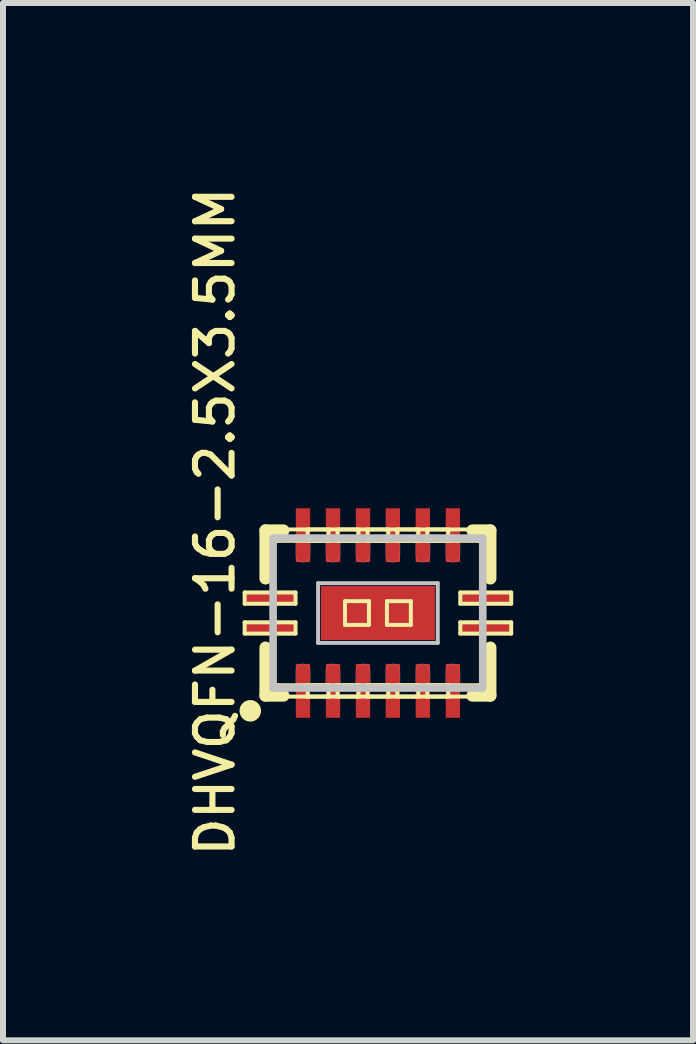
<source format=kicad_pcb>
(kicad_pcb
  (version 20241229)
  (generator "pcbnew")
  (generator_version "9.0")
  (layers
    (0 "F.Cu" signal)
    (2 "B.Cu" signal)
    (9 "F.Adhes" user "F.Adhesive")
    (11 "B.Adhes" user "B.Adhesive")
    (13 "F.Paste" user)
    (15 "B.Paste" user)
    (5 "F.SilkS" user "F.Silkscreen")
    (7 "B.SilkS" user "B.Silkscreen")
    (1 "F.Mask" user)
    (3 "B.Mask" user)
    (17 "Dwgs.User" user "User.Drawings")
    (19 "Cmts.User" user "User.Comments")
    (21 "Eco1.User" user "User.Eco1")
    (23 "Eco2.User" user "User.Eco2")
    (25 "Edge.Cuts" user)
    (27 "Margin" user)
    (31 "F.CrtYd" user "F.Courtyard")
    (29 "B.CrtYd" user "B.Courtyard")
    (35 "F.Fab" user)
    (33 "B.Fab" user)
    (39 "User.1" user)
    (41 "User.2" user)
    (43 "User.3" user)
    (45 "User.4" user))
  (footprint "DHVQFN-16-2.5X3.5MM"
    (layer "F.Cu")
    (at 3.253 7.174)
    (property "Reference" "DHVQFN-16-2.5X3.5MM" (at -2.718 -1.524 90) (layer "F.SilkS") (effects (font (size 0.61 0.61) (thickness 0.102))))
    (attr smd)
    (fp_line (start -2.223 -0.343) (end -1.374 -0.343) (stroke (width 0.066) (type solid)) (layer "F.SilkS"))
    (fp_line (start -2.223 -0.155) (end -2.223 -0.343) (stroke (width 0.066) (type solid)) (layer "F.SilkS"))
    (fp_line (start -2.223 -0.155) (end -1.374 -0.155) (stroke (width 0.066) (type solid)) (layer "F.SilkS"))
    (fp_line (start -2.223 0.155) (end -1.374 0.155) (stroke (width 0.066) (type solid)) (layer "F.SilkS"))
    (fp_line (start -2.223 0.343) (end -2.223 0.155) (stroke (width 0.066) (type solid)) (layer "F.SilkS"))
    (fp_line (start -2.223 0.343) (end -1.374 0.343) (stroke (width 0.066) (type solid)) (layer "F.SilkS"))
    (fp_line (start -1.875 -1.377) (end -1.875 -0.577) (stroke (width 0.203) (type solid)) (layer "F.SilkS"))
    (fp_line (start -1.875 0.577) (end -1.875 1.377) (stroke (width 0.203) (type solid)) (layer "F.SilkS"))
    (fp_line (start -1.875 1.377) (end -1.577 1.377) (stroke (width 0.203) (type solid)) (layer "F.SilkS"))
    (fp_line (start -1.674 -1.394) (end -0.823 -1.394) (stroke (width 0.066) (type solid)) (layer "F.SilkS"))
    (fp_line (start -1.674 -1.204) (end -1.674 -1.394) (stroke (width 0.066) (type solid)) (layer "F.SilkS"))
    (fp_line (start -1.674 -1.204) (end -0.823 -1.204) (stroke (width 0.066) (type solid)) (layer "F.SilkS"))
    (fp_line (start -1.674 1.204) (end -0.823 1.204) (stroke (width 0.066) (type solid)) (layer "F.SilkS"))
    (fp_line (start -1.674 1.394) (end -1.674 1.204) (stroke (width 0.066) (type solid)) (layer "F.SilkS"))
    (fp_line (start -1.674 1.394) (end -0.823 1.394) (stroke (width 0.066) (type solid)) (layer "F.SilkS"))
    (fp_line (start -1.577 -1.377) (end -1.875 -1.377) (stroke (width 0.203) (type solid)) (layer "F.SilkS"))
    (fp_line (start -1.374 -0.155) (end -1.374 -0.343) (stroke (width 0.066) (type solid)) (layer "F.SilkS"))
    (fp_line (start -1.374 0.343) (end -1.374 0.155) (stroke (width 0.066) (type solid)) (layer "F.SilkS"))
    (fp_line (start -1.173 -1.394) (end -0.323 -1.394) (stroke (width 0.066) (type solid)) (layer "F.SilkS"))
    (fp_line (start -1.173 -1.204) (end -1.173 -1.394) (stroke (width 0.066) (type solid)) (layer "F.SilkS"))
    (fp_line (start -1.173 -1.204) (end -0.323 -1.204) (stroke (width 0.066) (type solid)) (layer "F.SilkS"))
    (fp_line (start -1.173 1.204) (end -0.323 1.204) (stroke (width 0.066) (type solid)) (layer "F.SilkS"))
    (fp_line (start -1.173 1.394) (end -1.173 1.204) (stroke (width 0.066) (type solid)) (layer "F.SilkS"))
    (fp_line (start -1.173 1.394) (end -0.323 1.394) (stroke (width 0.066) (type solid)) (layer "F.SilkS"))
    (fp_line (start -0.823 -1.204) (end -0.823 -1.394) (stroke (width 0.066) (type solid)) (layer "F.SilkS"))
    (fp_line (start -0.823 1.394) (end -0.823 1.204) (stroke (width 0.066) (type solid)) (layer "F.SilkS"))
    (fp_line (start -0.673 -1.394) (end 0.173 -1.394) (stroke (width 0.066) (type solid)) (layer "F.SilkS"))
    (fp_line (start -0.673 -1.204) (end -0.673 -1.394) (stroke (width 0.066) (type solid)) (layer "F.SilkS"))
    (fp_line (start -0.673 -1.204) (end 0.173 -1.204) (stroke (width 0.066) (type solid)) (layer "F.SilkS"))
    (fp_line (start -0.673 1.204) (end 0.173 1.204) (stroke (width 0.066) (type solid)) (layer "F.SilkS"))
    (fp_line (start -0.673 1.394) (end -0.673 1.204) (stroke (width 0.066) (type solid)) (layer "F.SilkS"))
    (fp_line (start -0.673 1.394) (end 0.173 1.394) (stroke (width 0.066) (type solid)) (layer "F.SilkS"))
    (fp_line (start -0.549 -0.198) (end -0.15 -0.198) (stroke (width 0.066) (type solid)) (layer "F.SilkS"))
    (fp_line (start -0.549 0.198) (end -0.549 -0.198) (stroke (width 0.066) (type solid)) (layer "F.SilkS"))
    (fp_line (start -0.549 0.198) (end -0.15 0.198) (stroke (width 0.066) (type solid)) (layer "F.SilkS"))
    (fp_line (start -0.323 -1.204) (end -0.323 -1.394) (stroke (width 0.066) (type solid)) (layer "F.SilkS"))
    (fp_line (start -0.323 1.394) (end -0.323 1.204) (stroke (width 0.066) (type solid)) (layer "F.SilkS"))
    (fp_line (start -0.173 -1.394) (end 0.673 -1.394) (stroke (width 0.066) (type solid)) (layer "F.SilkS"))
    (fp_line (start -0.173 -1.204) (end -0.173 -1.394) (stroke (width 0.066) (type solid)) (layer "F.SilkS"))
    (fp_line (start -0.173 -1.204) (end 0.673 -1.204) (stroke (width 0.066) (type solid)) (layer "F.SilkS"))
    (fp_line (start -0.173 1.204) (end 0.673 1.204) (stroke (width 0.066) (type solid)) (layer "F.SilkS"))
    (fp_line (start -0.173 1.394) (end -0.173 1.204) (stroke (width 0.066) (type solid)) (layer "F.SilkS"))
    (fp_line (start -0.173 1.394) (end 0.673 1.394) (stroke (width 0.066) (type solid)) (layer "F.SilkS"))
    (fp_line (start -0.15 0.198) (end -0.15 -0.198) (stroke (width 0.066) (type solid)) (layer "F.SilkS"))
    (fp_line (start 0.15 -0.198) (end 0.549 -0.198) (stroke (width 0.066) (type solid)) (layer "F.SilkS"))
    (fp_line (start 0.15 0.198) (end 0.15 -0.198) (stroke (width 0.066) (type solid)) (layer "F.SilkS"))
    (fp_line (start 0.15 0.198) (end 0.549 0.198) (stroke (width 0.066) (type solid)) (layer "F.SilkS"))
    (fp_line (start 0.173 -1.204) (end 0.173 -1.394) (stroke (width 0.066) (type solid)) (layer "F.SilkS"))
    (fp_line (start 0.173 1.394) (end 0.173 1.204) (stroke (width 0.066) (type solid)) (layer "F.SilkS"))
    (fp_line (start 0.323 -1.394) (end 1.173 -1.394) (stroke (width 0.066) (type solid)) (layer "F.SilkS"))
    (fp_line (start 0.323 -1.204) (end 0.323 -1.394) (stroke (width 0.066) (type solid)) (layer "F.SilkS"))
    (fp_line (start 0.323 -1.204) (end 1.173 -1.204) (stroke (width 0.066) (type solid)) (layer "F.SilkS"))
    (fp_line (start 0.323 1.204) (end 1.173 1.204) (stroke (width 0.066) (type solid)) (layer "F.SilkS"))
    (fp_line (start 0.323 1.394) (end 0.323 1.204) (stroke (width 0.066) (type solid)) (layer "F.SilkS"))
    (fp_line (start 0.323 1.394) (end 1.173 1.394) (stroke (width 0.066) (type solid)) (layer "F.SilkS"))
    (fp_line (start 0.549 0.198) (end 0.549 -0.198) (stroke (width 0.066) (type solid)) (layer "F.SilkS"))
    (fp_line (start 0.673 -1.204) (end 0.673 -1.394) (stroke (width 0.066) (type solid)) (layer "F.SilkS"))
    (fp_line (start 0.673 1.394) (end 0.673 1.204) (stroke (width 0.066) (type solid)) (layer "F.SilkS"))
    (fp_line (start 0.823 -1.394) (end 1.674 -1.394) (stroke (width 0.066) (type solid)) (layer "F.SilkS"))
    (fp_line (start 0.823 -1.204) (end 0.823 -1.394) (stroke (width 0.066) (type solid)) (layer "F.SilkS"))
    (fp_line (start 0.823 -1.204) (end 1.674 -1.204) (stroke (width 0.066) (type solid)) (layer "F.SilkS"))
    (fp_line (start 0.823 1.204) (end 1.674 1.204) (stroke (width 0.066) (type solid)) (layer "F.SilkS"))
    (fp_line (start 0.823 1.394) (end 0.823 1.204) (stroke (width 0.066) (type solid)) (layer "F.SilkS"))
    (fp_line (start 0.823 1.394) (end 1.674 1.394) (stroke (width 0.066) (type solid)) (layer "F.SilkS"))
    (fp_line (start 1.173 -1.204) (end 1.173 -1.394) (stroke (width 0.066) (type solid)) (layer "F.SilkS"))
    (fp_line (start 1.173 1.394) (end 1.173 1.204) (stroke (width 0.066) (type solid)) (layer "F.SilkS"))
    (fp_line (start 1.374 -0.343) (end 2.223 -0.343) (stroke (width 0.066) (type solid)) (layer "F.SilkS"))
    (fp_line (start 1.374 -0.155) (end 1.374 -0.343) (stroke (width 0.066) (type solid)) (layer "F.SilkS"))
    (fp_line (start 1.374 -0.155) (end 2.223 -0.155) (stroke (width 0.066) (type solid)) (layer "F.SilkS"))
    (fp_line (start 1.374 0.155) (end 2.223 0.155) (stroke (width 0.066) (type solid)) (layer "F.SilkS"))
    (fp_line (start 1.374 0.343) (end 1.374 0.155) (stroke (width 0.066) (type solid)) (layer "F.SilkS"))
    (fp_line (start 1.374 0.343) (end 2.223 0.343) (stroke (width 0.066) (type solid)) (layer "F.SilkS"))
    (fp_line (start 1.577 1.377) (end 1.875 1.377) (stroke (width 0.203) (type solid)) (layer "F.SilkS"))
    (fp_line (start 1.674 -1.204) (end 1.674 -1.394) (stroke (width 0.066) (type solid)) (layer "F.SilkS"))
    (fp_line (start 1.674 1.394) (end 1.674 1.204) (stroke (width 0.066) (type solid)) (layer "F.SilkS"))
    (fp_line (start 1.875 -1.377) (end 1.577 -1.377) (stroke (width 0.203) (type solid)) (layer "F.SilkS"))
    (fp_line (start 1.875 -0.577) (end 1.875 -1.377) (stroke (width 0.203) (type solid)) (layer "F.SilkS"))
    (fp_line (start 1.875 1.377) (end 1.875 0.577) (stroke (width 0.203) (type solid)) (layer "F.SilkS"))
    (fp_line (start 2.223 -0.155) (end 2.223 -0.343) (stroke (width 0.066) (type solid)) (layer "F.SilkS"))
    (fp_line (start 2.223 0.343) (end 2.223 0.155) (stroke (width 0.066) (type solid)) (layer "F.SilkS"))
    (fp_circle (center -2.129 1.631) (end -2.256 1.758) (stroke (width 0) (type solid)) (fill yes) (layer "F.SilkS"))
    (fp_line (start -1.748 -1.25) (end -1.748 1.25) (stroke (width 0.127) (type solid)) (layer "Dwgs.User"))
    (fp_line (start -1.748 -0.368) (end -1.468 -0.368) (stroke (width 0.003) (type solid)) (layer "Dwgs.User"))
    (fp_line (start -1.748 -0.13) (end -1.748 -0.368) (stroke (width 0.003) (type solid)) (layer "Dwgs.User"))
    (fp_line (start -1.748 0.13) (end -1.468 0.13) (stroke (width 0.003) (type solid)) (layer "Dwgs.User"))
    (fp_line (start -1.748 0.368) (end -1.748 0.13) (stroke (width 0.003) (type solid)) (layer "Dwgs.User"))
    (fp_line (start -1.748 1.25) (end 1.748 1.25) (stroke (width 0.127) (type solid)) (layer "Dwgs.User"))
    (fp_line (start -1.468 -0.368) (end -1.433 -0.363) (stroke (width 0.003) (type solid)) (layer "Dwgs.User"))
    (fp_line (start -1.468 -0.13) (end -1.748 -0.13) (stroke (width 0.003) (type solid)) (layer "Dwgs.User"))
    (fp_line (start -1.468 0.13) (end -1.433 0.135) (stroke (width 0.003) (type solid)) (layer "Dwgs.User"))
    (fp_line (start -1.468 0.368) (end -1.748 0.368) (stroke (width 0.003) (type solid)) (layer "Dwgs.User"))
    (fp_line (start -1.433 -0.363) (end -1.397 -0.345) (stroke (width 0.003) (type solid)) (layer "Dwgs.User"))
    (fp_line (start -1.433 -0.135) (end -1.468 -0.13) (stroke (width 0.003) (type solid)) (layer "Dwgs.User"))
    (fp_line (start -1.433 0.135) (end -1.397 0.152) (stroke (width 0.003) (type solid)) (layer "Dwgs.User"))
    (fp_line (start -1.433 0.363) (end -1.468 0.368) (stroke (width 0.003) (type solid)) (layer "Dwgs.User"))
    (fp_line (start -1.397 -0.345) (end -1.372 -0.32) (stroke (width 0.003) (type solid)) (layer "Dwgs.User"))
    (fp_line (start -1.397 -0.152) (end -1.433 -0.135) (stroke (width 0.003) (type solid)) (layer "Dwgs.User"))
    (fp_line (start -1.397 0.152) (end -1.372 0.178) (stroke (width 0.003) (type solid)) (layer "Dwgs.User"))
    (fp_line (start -1.397 0.345) (end -1.433 0.363) (stroke (width 0.003) (type solid)) (layer "Dwgs.User"))
    (fp_line (start -1.372 -0.32) (end -1.354 -0.287) (stroke (width 0.003) (type solid)) (layer "Dwgs.User"))
    (fp_line (start -1.372 -0.178) (end -1.397 -0.152) (stroke (width 0.003) (type solid)) (layer "Dwgs.User"))
    (fp_line (start -1.372 0.178) (end -1.354 0.211) (stroke (width 0.003) (type solid)) (layer "Dwgs.User"))
    (fp_line (start -1.372 0.32) (end -1.397 0.345) (stroke (width 0.003) (type solid)) (layer "Dwgs.User"))
    (fp_line (start -1.369 -1.25) (end -1.128 -1.25) (stroke (width 0.003) (type solid)) (layer "Dwgs.User"))
    (fp_line (start -1.369 -0.968) (end -1.369 -1.25) (stroke (width 0.003) (type solid)) (layer "Dwgs.User"))
    (fp_line (start -1.369 0.968) (end -1.364 0.932) (stroke (width 0.003) (type solid)) (layer "Dwgs.User"))
    (fp_line (start -1.369 1.25) (end -1.369 0.968) (stroke (width 0.003) (type solid)) (layer "Dwgs.User"))
    (fp_line (start -1.364 -0.932) (end -1.369 -0.968) (stroke (width 0.003) (type solid)) (layer "Dwgs.User"))
    (fp_line (start -1.364 0.932) (end -1.346 0.899) (stroke (width 0.003) (type solid)) (layer "Dwgs.User"))
    (fp_line (start -1.354 -0.287) (end -1.349 -0.249) (stroke (width 0.003) (type solid)) (layer "Dwgs.User"))
    (fp_line (start -1.354 -0.211) (end -1.372 -0.178) (stroke (width 0.003) (type solid)) (layer "Dwgs.User"))
    (fp_line (start -1.354 0.211) (end -1.349 0.249) (stroke (width 0.003) (type solid)) (layer "Dwgs.User"))
    (fp_line (start -1.354 0.287) (end -1.372 0.32) (stroke (width 0.003) (type solid)) (layer "Dwgs.User"))
    (fp_line (start -1.349 -0.249) (end -1.354 -0.211) (stroke (width 0.003) (type solid)) (layer "Dwgs.User"))
    (fp_line (start -1.349 0.249) (end -1.354 0.287) (stroke (width 0.003) (type solid)) (layer "Dwgs.User"))
    (fp_line (start -1.346 -0.899) (end -1.364 -0.932) (stroke (width 0.003) (type solid)) (layer "Dwgs.User"))
    (fp_line (start -1.346 0.899) (end -1.318 0.871) (stroke (width 0.003) (type solid)) (layer "Dwgs.User"))
    (fp_line (start -1.318 -0.871) (end -1.346 -0.899) (stroke (width 0.003) (type solid)) (layer "Dwgs.User"))
    (fp_line (start -1.318 0.871) (end -1.285 0.853) (stroke (width 0.003) (type solid)) (layer "Dwgs.User"))
    (fp_line (start -1.285 -0.853) (end -1.318 -0.871) (stroke (width 0.003) (type solid)) (layer "Dwgs.User"))
    (fp_line (start -1.285 0.853) (end -1.25 0.848) (stroke (width 0.003) (type solid)) (layer "Dwgs.User"))
    (fp_line (start -1.25 -0.848) (end -1.285 -0.853) (stroke (width 0.003) (type solid)) (layer "Dwgs.User"))
    (fp_line (start -1.25 0.848) (end -1.212 0.853) (stroke (width 0.003) (type solid)) (layer "Dwgs.User"))
    (fp_line (start -1.212 -0.853) (end -1.25 -0.848) (stroke (width 0.003) (type solid)) (layer "Dwgs.User"))
    (fp_line (start -1.212 0.853) (end -1.179 0.871) (stroke (width 0.003) (type solid)) (layer "Dwgs.User"))
    (fp_line (start -1.179 -0.871) (end -1.212 -0.853) (stroke (width 0.003) (type solid)) (layer "Dwgs.User"))
    (fp_line (start -1.179 0.871) (end -1.151 0.899) (stroke (width 0.003) (type solid)) (layer "Dwgs.User"))
    (fp_line (start -1.151 -0.899) (end -1.179 -0.871) (stroke (width 0.003) (type solid)) (layer "Dwgs.User"))
    (fp_line (start -1.151 0.899) (end -1.135 0.932) (stroke (width 0.003) (type solid)) (layer "Dwgs.User"))
    (fp_line (start -1.135 -0.932) (end -1.151 -0.899) (stroke (width 0.003) (type solid)) (layer "Dwgs.User"))
    (fp_line (start -1.135 0.932) (end -1.128 0.968) (stroke (width 0.003) (type solid)) (layer "Dwgs.User"))
    (fp_line (start -1.128 -1.25) (end -1.128 -0.968) (stroke (width 0.003) (type solid)) (layer "Dwgs.User"))
    (fp_line (start -1.128 -0.968) (end -1.135 -0.932) (stroke (width 0.003) (type solid)) (layer "Dwgs.User"))
    (fp_line (start -1.128 0.968) (end -1.128 1.25) (stroke (width 0.003) (type solid)) (layer "Dwgs.User"))
    (fp_line (start -1.128 1.25) (end -1.369 1.25) (stroke (width 0.003) (type solid)) (layer "Dwgs.User"))
    (fp_line (start -0.998 -0.498) (end 0.998 -0.498) (stroke (width 0.066) (type solid)) (layer "Dwgs.User"))
    (fp_line (start -0.998 0.498) (end -0.998 -0.498) (stroke (width 0.066) (type solid)) (layer "Dwgs.User"))
    (fp_line (start -0.998 0.498) (end 0.998 0.498) (stroke (width 0.066) (type solid)) (layer "Dwgs.User"))
    (fp_line (start -0.869 -1.25) (end -0.63 -1.25) (stroke (width 0.003) (type solid)) (layer "Dwgs.User"))
    (fp_line (start -0.869 -0.968) (end -0.869 -1.25) (stroke (width 0.003) (type solid)) (layer "Dwgs.User"))
    (fp_line (start -0.869 0.968) (end -0.864 0.932) (stroke (width 0.003) (type solid)) (layer "Dwgs.User"))
    (fp_line (start -0.869 1.25) (end -0.869 0.968) (stroke (width 0.003) (type solid)) (layer "Dwgs.User"))
    (fp_line (start -0.864 -0.932) (end -0.869 -0.968) (stroke (width 0.003) (type solid)) (layer "Dwgs.User"))
    (fp_line (start -0.864 0.932) (end -0.846 0.899) (stroke (width 0.003) (type solid)) (layer "Dwgs.User"))
    (fp_line (start -0.846 -0.899) (end -0.864 -0.932) (stroke (width 0.003) (type solid)) (layer "Dwgs.User"))
    (fp_line (start -0.846 0.899) (end -0.82 0.871) (stroke (width 0.003) (type solid)) (layer "Dwgs.User"))
    (fp_line (start -0.82 -0.871) (end -0.846 -0.899) (stroke (width 0.003) (type solid)) (layer "Dwgs.User"))
    (fp_line (start -0.82 0.871) (end -0.785 0.853) (stroke (width 0.003) (type solid)) (layer "Dwgs.User"))
    (fp_line (start -0.785 -0.853) (end -0.82 -0.871) (stroke (width 0.003) (type solid)) (layer "Dwgs.User"))
    (fp_line (start -0.785 0.853) (end -0.749 0.848) (stroke (width 0.003) (type solid)) (layer "Dwgs.User"))
    (fp_line (start -0.749 -0.848) (end -0.785 -0.853) (stroke (width 0.003) (type solid)) (layer "Dwgs.User"))
    (fp_line (start -0.749 0.848) (end -0.711 0.853) (stroke (width 0.003) (type solid)) (layer "Dwgs.User"))
    (fp_line (start -0.711 -0.853) (end -0.749 -0.848) (stroke (width 0.003) (type solid)) (layer "Dwgs.User"))
    (fp_line (start -0.711 0.853) (end -0.678 0.871) (stroke (width 0.003) (type solid)) (layer "Dwgs.User"))
    (fp_line (start -0.678 -0.871) (end -0.711 -0.853) (stroke (width 0.003) (type solid)) (layer "Dwgs.User"))
    (fp_line (start -0.678 0.871) (end -0.653 0.899) (stroke (width 0.003) (type solid)) (layer "Dwgs.User"))
    (fp_line (start -0.653 -0.899) (end -0.678 -0.871) (stroke (width 0.003) (type solid)) (layer "Dwgs.User"))
    (fp_line (start -0.653 0.899) (end -0.635 0.932) (stroke (width 0.003) (type solid)) (layer "Dwgs.User"))
    (fp_line (start -0.635 -0.932) (end -0.653 -0.899) (stroke (width 0.003) (type solid)) (layer "Dwgs.User"))
    (fp_line (start -0.635 0.932) (end -0.63 0.968) (stroke (width 0.003) (type solid)) (layer "Dwgs.User"))
    (fp_line (start -0.63 -1.25) (end -0.63 -0.968) (stroke (width 0.003) (type solid)) (layer "Dwgs.User"))
    (fp_line (start -0.63 -0.968) (end -0.635 -0.932) (stroke (width 0.003) (type solid)) (layer "Dwgs.User"))
    (fp_line (start -0.63 0.968) (end -0.63 1.25) (stroke (width 0.003) (type solid)) (layer "Dwgs.User"))
    (fp_line (start -0.63 1.25) (end -0.869 1.25) (stroke (width 0.003) (type solid)) (layer "Dwgs.User"))
    (fp_line (start -0.368 -1.25) (end -0.13 -1.25) (stroke (width 0.003) (type solid)) (layer "Dwgs.User"))
    (fp_line (start -0.368 -0.968) (end -0.368 -1.25) (stroke (width 0.003) (type solid)) (layer "Dwgs.User"))
    (fp_line (start -0.368 0.968) (end -0.363 0.932) (stroke (width 0.003) (type solid)) (layer "Dwgs.User"))
    (fp_line (start -0.368 1.25) (end -0.368 0.968) (stroke (width 0.003) (type solid)) (layer "Dwgs.User"))
    (fp_line (start -0.363 -0.932) (end -0.368 -0.968) (stroke (width 0.003) (type solid)) (layer "Dwgs.User"))
    (fp_line (start -0.363 0.932) (end -0.345 0.899) (stroke (width 0.003) (type solid)) (layer "Dwgs.User"))
    (fp_line (start -0.345 -0.899) (end -0.363 -0.932) (stroke (width 0.003) (type solid)) (layer "Dwgs.User"))
    (fp_line (start -0.345 0.899) (end -0.32 0.871) (stroke (width 0.003) (type solid)) (layer "Dwgs.User"))
    (fp_line (start -0.32 -0.871) (end -0.345 -0.899) (stroke (width 0.003) (type solid)) (layer "Dwgs.User"))
    (fp_line (start -0.32 0.871) (end -0.287 0.853) (stroke (width 0.003) (type solid)) (layer "Dwgs.User"))
    (fp_line (start -0.287 -0.853) (end -0.32 -0.871) (stroke (width 0.003) (type solid)) (layer "Dwgs.User"))
    (fp_line (start -0.287 0.853) (end -0.249 0.848) (stroke (width 0.003) (type solid)) (layer "Dwgs.User"))
    (fp_line (start -0.249 -0.848) (end -0.287 -0.853) (stroke (width 0.003) (type solid)) (layer "Dwgs.User"))
    (fp_line (start -0.249 0.848) (end -0.211 0.853) (stroke (width 0.003) (type solid)) (layer "Dwgs.User"))
    (fp_line (start -0.211 -0.853) (end -0.249 -0.848) (stroke (width 0.003) (type solid)) (layer "Dwgs.User"))
    (fp_line (start -0.211 0.853) (end -0.178 0.871) (stroke (width 0.003) (type solid)) (layer "Dwgs.User"))
    (fp_line (start -0.178 -0.871) (end -0.211 -0.853) (stroke (width 0.003) (type solid)) (layer "Dwgs.User"))
    (fp_line (start -0.178 0.871) (end -0.152 0.899) (stroke (width 0.003) (type solid)) (layer "Dwgs.User"))
    (fp_line (start -0.152 -0.899) (end -0.178 -0.871) (stroke (width 0.003) (type solid)) (layer "Dwgs.User"))
    (fp_line (start -0.152 0.899) (end -0.135 0.932) (stroke (width 0.003) (type solid)) (layer "Dwgs.User"))
    (fp_line (start -0.135 -0.932) (end -0.152 -0.899) (stroke (width 0.003) (type solid)) (layer "Dwgs.User"))
    (fp_line (start -0.135 0.932) (end -0.13 0.968) (stroke (width 0.003) (type solid)) (layer "Dwgs.User"))
    (fp_line (start -0.13 -1.25) (end -0.13 -0.968) (stroke (width 0.003) (type solid)) (layer "Dwgs.User"))
    (fp_line (start -0.13 -0.968) (end -0.135 -0.932) (stroke (width 0.003) (type solid)) (layer "Dwgs.User"))
    (fp_line (start -0.13 0.968) (end -0.13 1.25) (stroke (width 0.003) (type solid)) (layer "Dwgs.User"))
    (fp_line (start -0.13 1.25) (end -0.368 1.25) (stroke (width 0.003) (type solid)) (layer "Dwgs.User"))
    (fp_line (start 0.13 -1.25) (end 0.368 -1.25) (stroke (width 0.003) (type solid)) (layer "Dwgs.User"))
    (fp_line (start 0.13 -0.968) (end 0.13 -1.25) (stroke (width 0.003) (type solid)) (layer "Dwgs.User"))
    (fp_line (start 0.13 0.968) (end 0.135 0.932) (stroke (width 0.003) (type solid)) (layer "Dwgs.User"))
    (fp_line (start 0.13 1.25) (end 0.13 0.968) (stroke (width 0.003) (type solid)) (layer "Dwgs.User"))
    (fp_line (start 0.135 -0.932) (end 0.13 -0.968) (stroke (width 0.003) (type solid)) (layer "Dwgs.User"))
    (fp_line (start 0.135 0.932) (end 0.152 0.899) (stroke (width 0.003) (type solid)) (layer "Dwgs.User"))
    (fp_line (start 0.152 -0.899) (end 0.135 -0.932) (stroke (width 0.003) (type solid)) (layer "Dwgs.User"))
    (fp_line (start 0.152 0.899) (end 0.178 0.871) (stroke (width 0.003) (type solid)) (layer "Dwgs.User"))
    (fp_line (start 0.178 -0.871) (end 0.152 -0.899) (stroke (width 0.003) (type solid)) (layer "Dwgs.User"))
    (fp_line (start 0.178 0.871) (end 0.211 0.853) (stroke (width 0.003) (type solid)) (layer "Dwgs.User"))
    (fp_line (start 0.211 -0.853) (end 0.178 -0.871) (stroke (width 0.003) (type solid)) (layer "Dwgs.User"))
    (fp_line (start 0.211 0.853) (end 0.249 0.848) (stroke (width 0.003) (type solid)) (layer "Dwgs.User"))
    (fp_line (start 0.249 -0.848) (end 0.211 -0.853) (stroke (width 0.003) (type solid)) (layer "Dwgs.User"))
    (fp_line (start 0.249 0.848) (end 0.287 0.853) (stroke (width 0.003) (type solid)) (layer "Dwgs.User"))
    (fp_line (start 0.287 -0.853) (end 0.249 -0.848) (stroke (width 0.003) (type solid)) (layer "Dwgs.User"))
    (fp_line (start 0.287 0.853) (end 0.32 0.871) (stroke (width 0.003) (type solid)) (layer "Dwgs.User"))
    (fp_line (start 0.32 -0.871) (end 0.287 -0.853) (stroke (width 0.003) (type solid)) (layer "Dwgs.User"))
    (fp_line (start 0.32 0.871) (end 0.345 0.899) (stroke (width 0.003) (type solid)) (layer "Dwgs.User"))
    (fp_line (start 0.345 -0.899) (end 0.32 -0.871) (stroke (width 0.003) (type solid)) (layer "Dwgs.User"))
    (fp_line (start 0.345 0.899) (end 0.363 0.932) (stroke (width 0.003) (type solid)) (layer "Dwgs.User"))
    (fp_line (start 0.363 -0.932) (end 0.345 -0.899) (stroke (width 0.003) (type solid)) (layer "Dwgs.User"))
    (fp_line (start 0.363 0.932) (end 0.368 0.968) (stroke (width 0.003) (type solid)) (layer "Dwgs.User"))
    (fp_line (start 0.368 -1.25) (end 0.368 -0.968) (stroke (width 0.003) (type solid)) (layer "Dwgs.User"))
    (fp_line (start 0.368 -0.968) (end 0.363 -0.932) (stroke (width 0.003) (type solid)) (layer "Dwgs.User"))
    (fp_line (start 0.368 0.968) (end 0.368 1.25) (stroke (width 0.003) (type solid)) (layer "Dwgs.User"))
    (fp_line (start 0.368 1.25) (end 0.13 1.25) (stroke (width 0.003) (type solid)) (layer "Dwgs.User"))
    (fp_line (start 0.63 -1.25) (end 0.869 -1.25) (stroke (width 0.003) (type solid)) (layer "Dwgs.User"))
    (fp_line (start 0.63 -0.968) (end 0.63 -1.25) (stroke (width 0.003) (type solid)) (layer "Dwgs.User"))
    (fp_line (start 0.63 0.968) (end 0.635 0.932) (stroke (width 0.003) (type solid)) (layer "Dwgs.User"))
    (fp_line (start 0.63 1.25) (end 0.63 0.968) (stroke (width 0.003) (type solid)) (layer "Dwgs.User"))
    (fp_line (start 0.635 -0.932) (end 0.63 -0.968) (stroke (width 0.003) (type solid)) (layer "Dwgs.User"))
    (fp_line (start 0.635 0.932) (end 0.653 0.899) (stroke (width 0.003) (type solid)) (layer "Dwgs.User"))
    (fp_line (start 0.653 -0.899) (end 0.635 -0.932) (stroke (width 0.003) (type solid)) (layer "Dwgs.User"))
    (fp_line (start 0.653 0.899) (end 0.678 0.871) (stroke (width 0.003) (type solid)) (layer "Dwgs.User"))
    (fp_line (start 0.678 -0.871) (end 0.653 -0.899) (stroke (width 0.003) (type solid)) (layer "Dwgs.User"))
    (fp_line (start 0.678 0.871) (end 0.711 0.853) (stroke (width 0.003) (type solid)) (layer "Dwgs.User"))
    (fp_line (start 0.711 -0.853) (end 0.678 -0.871) (stroke (width 0.003) (type solid)) (layer "Dwgs.User"))
    (fp_line (start 0.711 0.853) (end 0.749 0.848) (stroke (width 0.003) (type solid)) (layer "Dwgs.User"))
    (fp_line (start 0.749 -0.848) (end 0.711 -0.853) (stroke (width 0.003) (type solid)) (layer "Dwgs.User"))
    (fp_line (start 0.749 0.848) (end 0.785 0.853) (stroke (width 0.003) (type solid)) (layer "Dwgs.User"))
    (fp_line (start 0.785 -0.853) (end 0.749 -0.848) (stroke (width 0.003) (type solid)) (layer "Dwgs.User"))
    (fp_line (start 0.785 0.853) (end 0.82 0.871) (stroke (width 0.003) (type solid)) (layer "Dwgs.User"))
    (fp_line (start 0.82 -0.871) (end 0.785 -0.853) (stroke (width 0.003) (type solid)) (layer "Dwgs.User"))
    (fp_line (start 0.82 0.871) (end 0.846 0.899) (stroke (width 0.003) (type solid)) (layer "Dwgs.User"))
    (fp_line (start 0.846 -0.899) (end 0.82 -0.871) (stroke (width 0.003) (type solid)) (layer "Dwgs.User"))
    (fp_line (start 0.846 0.899) (end 0.864 0.932) (stroke (width 0.003) (type solid)) (layer "Dwgs.User"))
    (fp_line (start 0.864 -0.932) (end 0.846 -0.899) (stroke (width 0.003) (type solid)) (layer "Dwgs.User"))
    (fp_line (start 0.864 0.932) (end 0.869 0.968) (stroke (width 0.003) (type solid)) (layer "Dwgs.User"))
    (fp_line (start 0.869 -1.25) (end 0.869 -0.968) (stroke (width 0.003) (type solid)) (layer "Dwgs.User"))
    (fp_line (start 0.869 -0.968) (end 0.864 -0.932) (stroke (width 0.003) (type solid)) (layer "Dwgs.User"))
    (fp_line (start 0.869 0.968) (end 0.869 1.25) (stroke (width 0.003) (type solid)) (layer "Dwgs.User"))
    (fp_line (start 0.869 1.25) (end 0.63 1.25) (stroke (width 0.003) (type solid)) (layer "Dwgs.User"))
    (fp_line (start 0.998 0.498) (end 0.998 -0.498) (stroke (width 0.066) (type solid)) (layer "Dwgs.User"))
    (fp_line (start 1.128 -1.25) (end 1.369 -1.25) (stroke (width 0.003) (type solid)) (layer "Dwgs.User"))
    (fp_line (start 1.128 -0.968) (end 1.128 -1.25) (stroke (width 0.003) (type solid)) (layer "Dwgs.User"))
    (fp_line (start 1.128 0.968) (end 1.135 0.932) (stroke (width 0.003) (type solid)) (layer "Dwgs.User"))
    (fp_line (start 1.128 1.25) (end 1.128 0.968) (stroke (width 0.003) (type solid)) (layer "Dwgs.User"))
    (fp_line (start 1.135 -0.932) (end 1.128 -0.968) (stroke (width 0.003) (type solid)) (layer "Dwgs.User"))
    (fp_line (start 1.135 0.932) (end 1.151 0.899) (stroke (width 0.003) (type solid)) (layer "Dwgs.User"))
    (fp_line (start 1.151 -0.899) (end 1.135 -0.932) (stroke (width 0.003) (type solid)) (layer "Dwgs.User"))
    (fp_line (start 1.151 0.899) (end 1.179 0.871) (stroke (width 0.003) (type solid)) (layer "Dwgs.User"))
    (fp_line (start 1.179 -0.871) (end 1.151 -0.899) (stroke (width 0.003) (type solid)) (layer "Dwgs.User"))
    (fp_line (start 1.179 0.871) (end 1.212 0.853) (stroke (width 0.003) (type solid)) (layer "Dwgs.User"))
    (fp_line (start 1.212 -0.853) (end 1.179 -0.871) (stroke (width 0.003) (type solid)) (layer "Dwgs.User"))
    (fp_line (start 1.212 0.853) (end 1.25 0.848) (stroke (width 0.003) (type solid)) (layer "Dwgs.User"))
    (fp_line (start 1.25 -0.848) (end 1.212 -0.853) (stroke (width 0.003) (type solid)) (layer "Dwgs.User"))
    (fp_line (start 1.25 0.848) (end 1.285 0.853) (stroke (width 0.003) (type solid)) (layer "Dwgs.User"))
    (fp_line (start 1.285 -0.853) (end 1.25 -0.848) (stroke (width 0.003) (type solid)) (layer "Dwgs.User"))
    (fp_line (start 1.285 0.853) (end 1.318 0.871) (stroke (width 0.003) (type solid)) (layer "Dwgs.User"))
    (fp_line (start 1.318 -0.871) (end 1.285 -0.853) (stroke (width 0.003) (type solid)) (layer "Dwgs.User"))
    (fp_line (start 1.318 0.871) (end 1.346 0.899) (stroke (width 0.003) (type solid)) (layer "Dwgs.User"))
    (fp_line (start 1.346 -0.899) (end 1.318 -0.871) (stroke (width 0.003) (type solid)) (layer "Dwgs.User"))
    (fp_line (start 1.346 0.899) (end 1.364 0.932) (stroke (width 0.003) (type solid)) (layer "Dwgs.User"))
    (fp_line (start 1.349 -0.249) (end 1.354 -0.287) (stroke (width 0.003) (type solid)) (layer "Dwgs.User"))
    (fp_line (start 1.349 0.249) (end 1.354 0.211) (stroke (width 0.003) (type solid)) (layer "Dwgs.User"))
    (fp_line (start 1.354 -0.287) (end 1.372 -0.32) (stroke (width 0.003) (type solid)) (layer "Dwgs.User"))
    (fp_line (start 1.354 -0.211) (end 1.349 -0.249) (stroke (width 0.003) (type solid)) (layer "Dwgs.User"))
    (fp_line (start 1.354 0.211) (end 1.372 0.178) (stroke (width 0.003) (type solid)) (layer "Dwgs.User"))
    (fp_line (start 1.354 0.287) (end 1.349 0.249) (stroke (width 0.003) (type solid)) (layer "Dwgs.User"))
    (fp_line (start 1.364 -0.932) (end 1.346 -0.899) (stroke (width 0.003) (type solid)) (layer "Dwgs.User"))
    (fp_line (start 1.364 0.932) (end 1.369 0.968) (stroke (width 0.003) (type solid)) (layer "Dwgs.User"))
    (fp_line (start 1.369 -1.25) (end 1.369 -0.968) (stroke (width 0.003) (type solid)) (layer "Dwgs.User"))
    (fp_line (start 1.369 -0.968) (end 1.364 -0.932) (stroke (width 0.003) (type solid)) (layer "Dwgs.User"))
    (fp_line (start 1.369 0.968) (end 1.369 1.25) (stroke (width 0.003) (type solid)) (layer "Dwgs.User"))
    (fp_line (start 1.369 1.25) (end 1.128 1.25) (stroke (width 0.003) (type solid)) (layer "Dwgs.User"))
    (fp_line (start 1.372 -0.32) (end 1.397 -0.345) (stroke (width 0.003) (type solid)) (layer "Dwgs.User"))
    (fp_line (start 1.372 -0.178) (end 1.354 -0.211) (stroke (width 0.003) (type solid)) (layer "Dwgs.User"))
    (fp_line (start 1.372 0.178) (end 1.397 0.152) (stroke (width 0.003) (type solid)) (layer "Dwgs.User"))
    (fp_line (start 1.372 0.32) (end 1.354 0.287) (stroke (width 0.003) (type solid)) (layer "Dwgs.User"))
    (fp_line (start 1.397 -0.345) (end 1.433 -0.363) (stroke (width 0.003) (type solid)) (layer "Dwgs.User"))
    (fp_line (start 1.397 -0.152) (end 1.372 -0.178) (stroke (width 0.003) (type solid)) (layer "Dwgs.User"))
    (fp_line (start 1.397 0.152) (end 1.433 0.135) (stroke (width 0.003) (type solid)) (layer "Dwgs.User"))
    (fp_line (start 1.397 0.345) (end 1.372 0.32) (stroke (width 0.003) (type solid)) (layer "Dwgs.User"))
    (fp_line (start 1.433 -0.363) (end 1.468 -0.368) (stroke (width 0.003) (type solid)) (layer "Dwgs.User"))
    (fp_line (start 1.433 -0.135) (end 1.397 -0.152) (stroke (width 0.003) (type solid)) (layer "Dwgs.User"))
    (fp_line (start 1.433 0.135) (end 1.468 0.13) (stroke (width 0.003) (type solid)) (layer "Dwgs.User"))
    (fp_line (start 1.433 0.363) (end 1.397 0.345) (stroke (width 0.003) (type solid)) (layer "Dwgs.User"))
    (fp_line (start 1.468 -0.368) (end 1.748 -0.368) (stroke (width 0.003) (type solid)) (layer "Dwgs.User"))
    (fp_line (start 1.468 -0.13) (end 1.433 -0.135) (stroke (width 0.003) (type solid)) (layer "Dwgs.User"))
    (fp_line (start 1.468 0.13) (end 1.748 0.13) (stroke (width 0.003) (type solid)) (layer "Dwgs.User"))
    (fp_line (start 1.468 0.368) (end 1.433 0.363) (stroke (width 0.003) (type solid)) (layer "Dwgs.User"))
    (fp_line (start 1.748 -1.25) (end -1.748 -1.25) (stroke (width 0.127) (type solid)) (layer "Dwgs.User"))
    (fp_line (start 1.748 -0.368) (end 1.748 -0.13) (stroke (width 0.003) (type solid)) (layer "Dwgs.User"))
    (fp_line (start 1.748 -0.13) (end 1.468 -0.13) (stroke (width 0.003) (type solid)) (layer "Dwgs.User"))
    (fp_line (start 1.748 0.13) (end 1.748 0.368) (stroke (width 0.003) (type solid)) (layer "Dwgs.User"))
    (fp_line (start 1.748 0.368) (end 1.468 0.368) (stroke (width 0.003) (type solid)) (layer "Dwgs.User"))
    (fp_line (start 1.748 1.25) (end 1.748 -1.25) (stroke (width 0.127) (type solid)) (layer "Dwgs.User"))
    (pad "1" smd rect (at -1.798 0.249) (size 0.899 0.239) (layers "F.Cu" "F.Mask" "F.Paste"))
    (pad "2" smd rect (at -1.25 1.298 90) (size 0.899 0.239) (layers "F.Cu" "F.Mask" "F.Paste"))
    (pad "3" smd rect (at -0.749 1.298 90) (size 0.899 0.239) (layers "F.Cu" "F.Mask" "F.Paste"))
    (pad "4" smd rect (at -0.249 1.298 90) (size 0.899 0.239) (layers "F.Cu" "F.Mask" "F.Paste"))
    (pad "5" smd rect (at 0.249 1.298 90) (size 0.899 0.239) (layers "F.Cu" "F.Mask" "F.Paste"))
    (pad "6" smd rect (at 0.749 1.298 90) (size 0.899 0.239) (layers "F.Cu" "F.Mask" "F.Paste"))
    (pad "7" smd rect (at 1.25 1.298 90) (size 0.899 0.239) (layers "F.Cu" "F.Mask" "F.Paste"))
    (pad "8" smd rect (at 1.798 0.249 180) (size 0.899 0.239) (layers "F.Cu" "F.Mask" "F.Paste"))
    (pad "9" smd rect (at 1.798 -0.249 180) (size 0.899 0.239) (layers "F.Cu" "F.Mask" "F.Paste"))
    (pad "10" smd rect (at 1.25 -1.298 270) (size 0.899 0.239) (layers "F.Cu" "F.Mask" "F.Paste"))
    (pad "11" smd rect (at 0.749 -1.298 270) (size 0.899 0.239) (layers "F.Cu" "F.Mask" "F.Paste"))
    (pad "12" smd rect (at 0.249 -1.298 270) (size 0.899 0.239) (layers "F.Cu" "F.Mask" "F.Paste"))
    (pad "13" smd rect (at -0.249 -1.298 270) (size 0.899 0.239) (layers "F.Cu" "F.Mask" "F.Paste"))
    (pad "14" smd rect (at -0.749 -1.298 270) (size 0.899 0.239) (layers "F.Cu" "F.Mask" "F.Paste"))
    (pad "15" smd rect (at -1.25 -1.298 270) (size 0.899 0.239) (layers "F.Cu" "F.Mask" "F.Paste"))
    (pad "16" smd rect (at -1.798 -0.249) (size 0.899 0.239) (layers "F.Cu" "F.Mask" "F.Paste"))
    (pad "EP" smd rect (at 0 0) (size 1.9 0.899) (layers "F.Cu" "F.Mask" "F.Paste")))
  (gr_rect
    (start -3 -3)
    (end 8.508 14.301)
    (stroke (width 0.1) (type default))
    (fill no)
    (layer "Edge.Cuts")))
</source>
